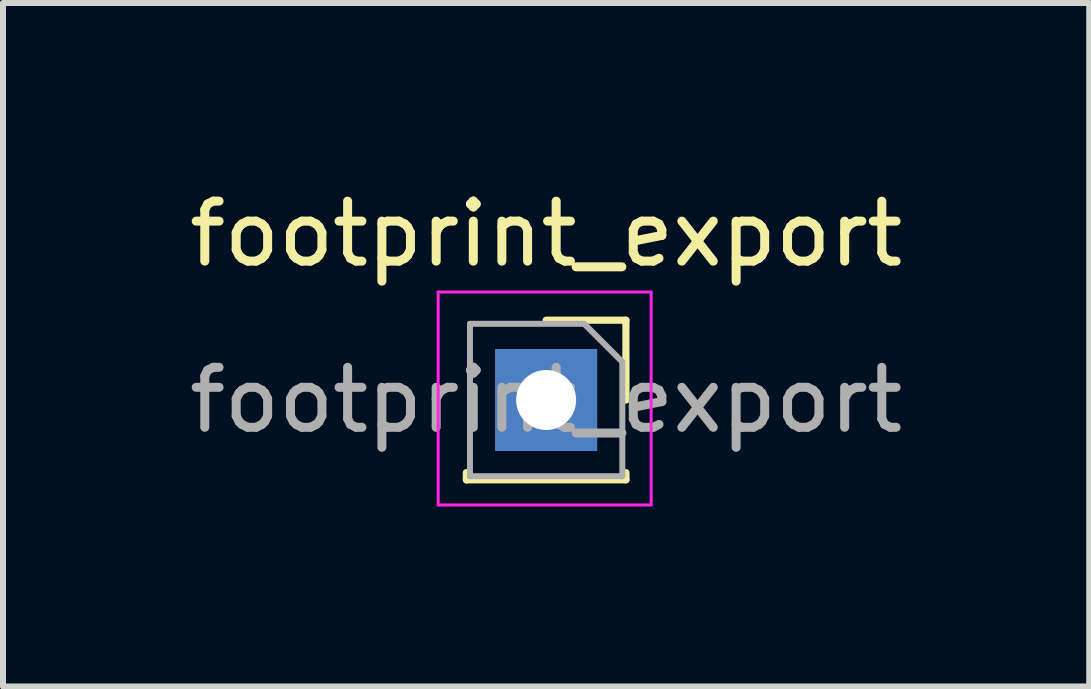
<source format=kicad_pcb>
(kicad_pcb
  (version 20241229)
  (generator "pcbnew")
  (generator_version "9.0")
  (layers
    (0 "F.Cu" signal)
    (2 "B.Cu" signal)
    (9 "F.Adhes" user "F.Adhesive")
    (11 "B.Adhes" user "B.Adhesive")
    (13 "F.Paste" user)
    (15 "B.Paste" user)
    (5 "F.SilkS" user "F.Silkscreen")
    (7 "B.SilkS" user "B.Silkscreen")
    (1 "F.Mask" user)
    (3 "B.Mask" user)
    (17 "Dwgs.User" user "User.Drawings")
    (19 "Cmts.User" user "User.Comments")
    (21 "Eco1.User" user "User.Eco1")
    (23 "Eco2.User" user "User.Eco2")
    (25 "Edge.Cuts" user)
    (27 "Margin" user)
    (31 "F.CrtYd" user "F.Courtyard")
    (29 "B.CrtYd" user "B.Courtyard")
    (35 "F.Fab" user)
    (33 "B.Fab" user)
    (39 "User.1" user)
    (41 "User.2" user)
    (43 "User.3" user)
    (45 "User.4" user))
  (footprint "footprint_export"
    (layer "F.Cu")
    (at 6.054 3.618)
    (property "Reference" "footprint_export" (at 0 -2.77 0) (layer "F.SilkS") (effects (font (size 1 1) (thickness 0.15))))
    (attr through_hole)
    (fp_line (start -1.33 1.21) (end -1.33 1.33) (stroke (width 0.12) (type solid)) (layer "F.SilkS"))
    (fp_line (start -1.33 1.33) (end 1.33 1.33) (stroke (width 0.12) (type solid)) (layer "F.SilkS"))
    (fp_line (start 0 -1.33) (end 1.33 -1.33) (stroke (width 0.12) (type solid)) (layer "F.SilkS"))
    (fp_line (start 1.33 -1.33) (end 1.33 0) (stroke (width 0.12) (type solid)) (layer "F.SilkS"))
    (fp_line (start 1.33 1.21) (end 1.33 1.33) (stroke (width 0.12) (type solid)) (layer "F.SilkS"))
    (fp_line (start -1.8 -1.8) (end 1.75 -1.8) (stroke (width 0.05) (type solid)) (layer "F.CrtYd"))
    (fp_line (start -1.8 1.75) (end -1.8 -1.8) (stroke (width 0.05) (type solid)) (layer "F.CrtYd"))
    (fp_line (start 1.75 -1.8) (end 1.75 1.75) (stroke (width 0.05) (type solid)) (layer "F.CrtYd"))
    (fp_line (start 1.75 1.75) (end -1.8 1.75) (stroke (width 0.05) (type solid)) (layer "F.CrtYd"))
    (fp_line (start -1.27 -1.27) (end 0.635 -1.27) (stroke (width 0.1) (type solid)) (layer "F.Fab"))
    (fp_line (start -1.27 1.27) (end -1.27 -1.27) (stroke (width 0.1) (type solid)) (layer "F.Fab"))
    (fp_line (start 0.635 -1.27) (end 1.27 -0.635) (stroke (width 0.1) (type solid)) (layer "F.Fab"))
    (fp_line (start 1.27 -0.635) (end 1.27 1.27) (stroke (width 0.1) (type solid)) (layer "F.Fab"))
    (fp_line (start 1.27 1.27) (end -1.27 1.27) (stroke (width 0.1) (type solid)) (layer "F.Fab"))
    (fp_text user "${REFERENCE}" (at 0 0 0) (layer "F.Fab") (effects (font (size 1 1) (thickness 0.15))))
    (pad "1" thru_hole rect (at 0 0) (size 1.7 1.7) (drill 1) (layers "*.Cu" "*.Mask")))
  (gr_rect
    (start -3 -3)
    (end 15.107 8.393)
    (stroke (width 0.1) (type default))
    (fill no)
    (layer "Edge.Cuts")))
</source>
